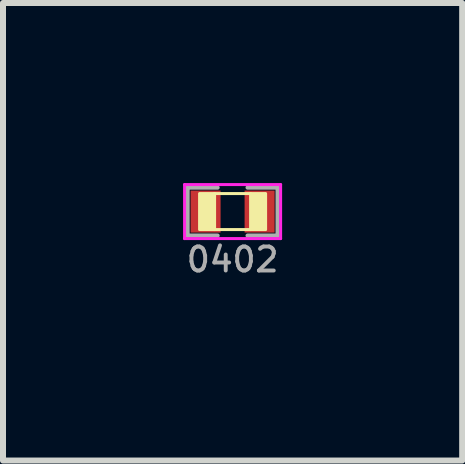
<source format=kicad_pcb>
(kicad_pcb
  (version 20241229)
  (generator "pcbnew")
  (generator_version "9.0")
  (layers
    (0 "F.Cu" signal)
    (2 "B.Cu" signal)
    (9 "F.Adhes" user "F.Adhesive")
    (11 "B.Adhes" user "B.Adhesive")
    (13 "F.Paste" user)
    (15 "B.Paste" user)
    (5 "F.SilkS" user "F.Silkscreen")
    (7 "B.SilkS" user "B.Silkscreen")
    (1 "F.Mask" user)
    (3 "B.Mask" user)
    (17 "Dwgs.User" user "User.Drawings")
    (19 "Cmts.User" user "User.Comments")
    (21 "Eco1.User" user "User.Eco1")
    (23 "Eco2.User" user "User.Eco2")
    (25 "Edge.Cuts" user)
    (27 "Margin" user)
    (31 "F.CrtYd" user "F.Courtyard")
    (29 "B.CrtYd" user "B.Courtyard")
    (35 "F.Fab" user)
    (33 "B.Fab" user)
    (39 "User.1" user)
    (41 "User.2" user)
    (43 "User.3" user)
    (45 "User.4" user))
  (footprint "0402"
    (layer "F.Cu")
    (at 0.825 0.475)
    (property "Reference" "0402" (at 0 0.8 0) (layer "F.Fab") (effects (font (size 0.4 0.4) (thickness 0.065))))
    (attr smd)
    (fp_line (start -0.3 0.3) (end 0.3 0.3) (stroke (width 0.05) (type solid)) (layer "F.SilkS"))
    (fp_line (start 0.3 -0.3) (end -0.3 -0.3) (stroke (width 0.05) (type solid)) (layer "F.SilkS"))
    (fp_poly (pts (xy -0.3 0.3) (xy -0.55 0.3) (xy -0.55 -0.3) (xy -0.3 -0.3)) (stroke (width 0.05) (type solid)) (fill yes) (layer "F.SilkS"))
    (fp_poly (pts (xy 0.55 0.3) (xy 0.3 0.3) (xy 0.3 -0.3) (xy 0.55 -0.3)) (stroke (width 0.05) (type solid)) (fill yes) (layer "F.SilkS"))
    (fp_line (start -0.8 -0.45) (end 0.8 -0.45) (stroke (width 0.05) (type solid)) (layer "F.CrtYd"))
    (fp_line (start -0.8 0.45) (end -0.8 -0.45) (stroke (width 0.05) (type solid)) (layer "F.CrtYd"))
    (fp_line (start 0.8 -0.45) (end 0.8 0.45) (stroke (width 0.05) (type solid)) (layer "F.CrtYd"))
    (fp_line (start 0.8 0.45) (end -0.8 0.45) (stroke (width 0.05) (type solid)) (layer "F.CrtYd"))
    (fp_line (start -0.75 -0.4) (end -0.75 0.4) (stroke (width 0.07) (type solid)) (layer "F.Fab"))
    (fp_line (start -0.75 0.4) (end -0.25 0.4) (stroke (width 0.07) (type solid)) (layer "F.Fab"))
    (fp_line (start -0.25 -0.4) (end -0.75 -0.4) (stroke (width 0.07) (type solid)) (layer "F.Fab"))
    (fp_line (start 0.25 -0.4) (end 0.75 -0.4) (stroke (width 0.07) (type solid)) (layer "F.Fab"))
    (fp_line (start 0.75 -0.4) (end 0.75 0.4) (stroke (width 0.07) (type solid)) (layer "F.Fab"))
    (fp_line (start 0.75 0.4) (end 0.25 0.4) (stroke (width 0.07) (type solid)) (layer "F.Fab"))
    (pad "1" smd rect (at -0.45 0) (size 0.5 0.7) (layers "F.Cu" "F.Mask" "F.Paste"))
    (pad "2" smd rect (at 0.45 0) (size 0.5 0.7) (layers "F.Cu" "F.Mask" "F.Paste")))
  (gr_rect
    (start -3 -3)
    (end 4.65 4.623)
    (stroke (width 0.1) (type default))
    (fill no)
    (layer "Edge.Cuts")))
</source>
